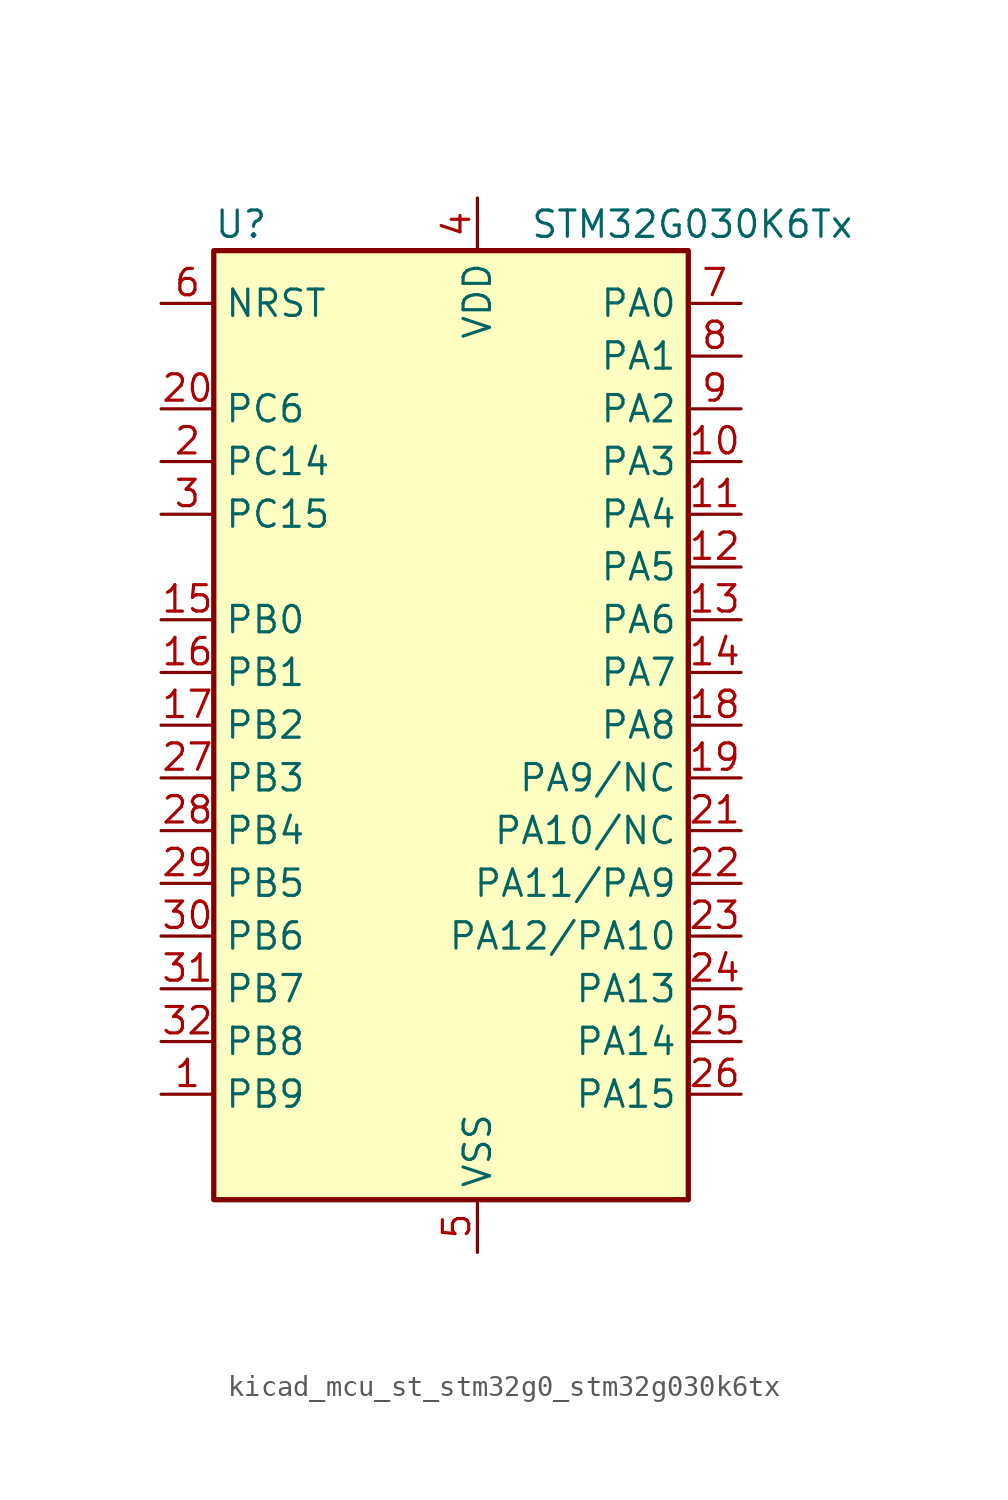
<source format=kicad_sym>
(kicad_symbol_lib
  (version 20220914)
  (generator kicad_symbol_editor)
  (symbol "kicad_mcu_st_stm32g0_stm32g030k6tx"
    (property "Reference" "U"
      (at -10.16 24.13 0)
      (effects (font (size 1.27 1.27)) (justify left)))
    (property "Value" "STM32G030K6Tx"
      (at 5.08 24.13 0)
      (effects (font (size 1.27 1.27)) (justify left)))
    (property "ki_locked" ""
      (at 0 0 0)
      (effects (font (size 1.27 1.27))))
    (symbol "kicad_mcu_st_stm32g0_stm32g030k6tx_0_1"
      (rectangle (start -10.16 -22.86) (end 12.7 22.86) (stroke (width 0.254) (type default)) (fill (type background))))
    (symbol "kicad_mcu_st_stm32g0_stm32g030k6tx_1_1"
      (pin bidirectional line (at -12.7 -17.78 0) (length 2.54) (name "PB9" (effects (font (size 1.27 1.27)))) (number "1" (effects (font (size 1.27 1.27)))) (alternate "I2C1_SDA" bidirectional line) (alternate "IR_OUT" bidirectional line) (alternate "SPI2_NSS" bidirectional line) (alternate "TIM17_CH1" bidirectional line))
      (pin bidirectional line (at 15.24 12.7 180) (length 2.54) (name "PA3" (effects (font (size 1.27 1.27)))) (number "10" (effects (font (size 1.27 1.27)))) (alternate "ADC1_IN3" bidirectional line) (alternate "SPI2_MISO" bidirectional line) (alternate "USART2_RX" bidirectional line))
      (pin bidirectional line (at 15.24 10.16 180) (length 2.54) (name "PA4" (effects (font (size 1.27 1.27)))) (number "11" (effects (font (size 1.27 1.27)))) (alternate "ADC1_IN4" bidirectional line) (alternate "I2S1_WS" bidirectional line) (alternate "RTC_OUT_ALARM" bidirectional line) (alternate "RTC_OUT_CALIB" bidirectional line) (alternate "RTC_TAMP_IN1" bidirectional line) (alternate "RTC_TS" bidirectional line) (alternate "SPI1_NSS" bidirectional line) (alternate "SPI2_MOSI" bidirectional line) (alternate "SYS_WKUP2" bidirectional line) (alternate "TIM14_CH1" bidirectional line))
      (pin bidirectional line (at 15.24 7.62 180) (length 2.54) (name "PA5" (effects (font (size 1.27 1.27)))) (number "12" (effects (font (size 1.27 1.27)))) (alternate "ADC1_IN5" bidirectional line) (alternate "I2S1_CK" bidirectional line) (alternate "SPI1_SCK" bidirectional line))
      (pin bidirectional line (at 15.24 5.08 180) (length 2.54) (name "PA6" (effects (font (size 1.27 1.27)))) (number "13" (effects (font (size 1.27 1.27)))) (alternate "ADC1_IN6" bidirectional line) (alternate "I2S1_MCK" bidirectional line) (alternate "SPI1_MISO" bidirectional line) (alternate "TIM16_CH1" bidirectional line) (alternate "TIM1_BK" bidirectional line) (alternate "TIM3_CH1" bidirectional line))
      (pin bidirectional line (at 15.24 2.54 180) (length 2.54) (name "PA7" (effects (font (size 1.27 1.27)))) (number "14" (effects (font (size 1.27 1.27)))) (alternate "ADC1_IN7" bidirectional line) (alternate "I2S1_SD" bidirectional line) (alternate "SPI1_MOSI" bidirectional line) (alternate "TIM14_CH1" bidirectional line) (alternate "TIM17_CH1" bidirectional line) (alternate "TIM1_CH1N" bidirectional line) (alternate "TIM3_CH2" bidirectional line))
      (pin bidirectional line (at -12.7 5.08 0) (length 2.54) (name "PB0" (effects (font (size 1.27 1.27)))) (number "15" (effects (font (size 1.27 1.27)))) (alternate "ADC1_IN8" bidirectional line) (alternate "I2S1_WS" bidirectional line) (alternate "SPI1_NSS" bidirectional line) (alternate "TIM1_CH2N" bidirectional line) (alternate "TIM3_CH3" bidirectional line))
      (pin bidirectional line (at -12.7 2.54 0) (length 2.54) (name "PB1" (effects (font (size 1.27 1.27)))) (number "16" (effects (font (size 1.27 1.27)))) (alternate "ADC1_IN9" bidirectional line) (alternate "TIM14_CH1" bidirectional line) (alternate "TIM1_CH3N" bidirectional line) (alternate "TIM3_CH4" bidirectional line))
      (pin bidirectional line (at -12.7 0 0) (length 2.54) (name "PB2" (effects (font (size 1.27 1.27)))) (number "17" (effects (font (size 1.27 1.27)))) (alternate "ADC1_IN10" bidirectional line) (alternate "SPI2_MISO" bidirectional line))
      (pin bidirectional line (at 15.24 0 180) (length 2.54) (name "PA8" (effects (font (size 1.27 1.27)))) (number "18" (effects (font (size 1.27 1.27)))) (alternate "RCC_MCO" bidirectional line) (alternate "SPI2_NSS" bidirectional line) (alternate "TIM1_CH1" bidirectional line))
      (pin bidirectional line (at 15.24 -2.54 180) (length 2.54) (name "PA9/NC" (effects (font (size 1.27 1.27)))) (number "19" (effects (font (size 1.27 1.27)))) (alternate "I2C1_SCL" bidirectional line) (alternate "RCC_MCO" bidirectional line) (alternate "SPI2_MISO" bidirectional line) (alternate "TIM1_CH2" bidirectional line) (alternate "USART1_TX" bidirectional line))
      (pin bidirectional line (at -12.7 12.7 0) (length 2.54) (name "PC14" (effects (font (size 1.27 1.27)))) (number "2" (effects (font (size 1.27 1.27)))) (alternate "RCC_OSC32_IN" bidirectional line) (alternate "RCC_OSC_IN" bidirectional line) (alternate "TIM1_BK2" bidirectional line))
      (pin bidirectional line (at -12.7 15.24 0) (length 2.54) (name "PC6" (effects (font (size 1.27 1.27)))) (number "20" (effects (font (size 1.27 1.27)))) (alternate "TIM3_CH1" bidirectional line))
      (pin bidirectional line (at 15.24 -5.08 180) (length 2.54) (name "PA10/NC" (effects (font (size 1.27 1.27)))) (number "21" (effects (font (size 1.27 1.27)))) (alternate "I2C1_SDA" bidirectional line) (alternate "SPI2_MOSI" bidirectional line) (alternate "TIM17_BK" bidirectional line) (alternate "TIM1_CH3" bidirectional line) (alternate "USART1_RX" bidirectional line))
      (pin bidirectional line (at 15.24 -7.62 180) (length 2.54) (name "PA11/PA9" (effects (font (size 1.27 1.27)))) (number "22" (effects (font (size 1.27 1.27)))) (alternate "ADC1_EXTI11" bidirectional line) (alternate "ADC1_IN15" bidirectional line) (alternate "I2C2_SCL" bidirectional line) (alternate "I2S1_MCK" bidirectional line) (alternate "SPI1_MISO" bidirectional line) (alternate "TIM1_BK2" bidirectional line) (alternate "TIM1_CH4" bidirectional line) (alternate "USART1_CTS" bidirectional line) (alternate "USART1_NSS" bidirectional line))
      (pin bidirectional line (at 15.24 -10.16 180) (length 2.54) (name "PA12/PA10" (effects (font (size 1.27 1.27)))) (number "23" (effects (font (size 1.27 1.27)))) (alternate "ADC1_IN16" bidirectional line) (alternate "I2C2_SDA" bidirectional line) (alternate "I2S1_SD" bidirectional line) (alternate "I2S_CKIN" bidirectional line) (alternate "SPI1_MOSI" bidirectional line) (alternate "TIM1_ETR" bidirectional line) (alternate "USART1_CK" bidirectional line) (alternate "USART1_DE" bidirectional line) (alternate "USART1_RTS" bidirectional line))
      (pin bidirectional line (at 15.24 -12.7 180) (length 2.54) (name "PA13" (effects (font (size 1.27 1.27)))) (number "24" (effects (font (size 1.27 1.27)))) (alternate "ADC1_IN17" bidirectional line) (alternate "IR_OUT" bidirectional line) (alternate "SYS_SWDIO" bidirectional line))
      (pin bidirectional line (at 15.24 -15.24 180) (length 2.54) (name "PA14" (effects (font (size 1.27 1.27)))) (number "25" (effects (font (size 1.27 1.27)))) (alternate "ADC1_IN18" bidirectional line) (alternate "SYS_SWCLK" bidirectional line) (alternate "USART2_TX" bidirectional line))
      (pin bidirectional line (at 15.24 -17.78 180) (length 2.54) (name "PA15" (effects (font (size 1.27 1.27)))) (number "26" (effects (font (size 1.27 1.27)))) (alternate "I2S1_WS" bidirectional line) (alternate "SPI1_NSS" bidirectional line) (alternate "USART2_RX" bidirectional line))
      (pin bidirectional line (at -12.7 -2.54 0) (length 2.54) (name "PB3" (effects (font (size 1.27 1.27)))) (number "27" (effects (font (size 1.27 1.27)))) (alternate "I2S1_CK" bidirectional line) (alternate "SPI1_SCK" bidirectional line) (alternate "TIM1_CH2" bidirectional line) (alternate "USART1_CK" bidirectional line) (alternate "USART1_DE" bidirectional line) (alternate "USART1_RTS" bidirectional line))
      (pin bidirectional line (at -12.7 -5.08 0) (length 2.54) (name "PB4" (effects (font (size 1.27 1.27)))) (number "28" (effects (font (size 1.27 1.27)))) (alternate "I2S1_MCK" bidirectional line) (alternate "SPI1_MISO" bidirectional line) (alternate "TIM17_BK" bidirectional line) (alternate "TIM3_CH1" bidirectional line) (alternate "USART1_CTS" bidirectional line) (alternate "USART1_NSS" bidirectional line))
      (pin bidirectional line (at -12.7 -7.62 0) (length 2.54) (name "PB5" (effects (font (size 1.27 1.27)))) (number "29" (effects (font (size 1.27 1.27)))) (alternate "I2C1_SMBA" bidirectional line) (alternate "I2S1_SD" bidirectional line) (alternate "SPI1_MOSI" bidirectional line) (alternate "SYS_WKUP6" bidirectional line) (alternate "TIM16_BK" bidirectional line) (alternate "TIM3_CH2" bidirectional line))
      (pin bidirectional line (at -12.7 10.16 0) (length 2.54) (name "PC15" (effects (font (size 1.27 1.27)))) (number "3" (effects (font (size 1.27 1.27)))) (alternate "RCC_OSC32_EN" bidirectional line) (alternate "RCC_OSC32_OUT" bidirectional line) (alternate "RCC_OSC_EN" bidirectional line))
      (pin bidirectional line (at -12.7 -10.16 0) (length 2.54) (name "PB6" (effects (font (size 1.27 1.27)))) (number "30" (effects (font (size 1.27 1.27)))) (alternate "I2C1_SCL" bidirectional line) (alternate "SPI2_MISO" bidirectional line) (alternate "TIM16_CH1N" bidirectional line) (alternate "TIM1_CH3" bidirectional line) (alternate "USART1_TX" bidirectional line))
      (pin bidirectional line (at -12.7 -12.7 0) (length 2.54) (name "PB7" (effects (font (size 1.27 1.27)))) (number "31" (effects (font (size 1.27 1.27)))) (alternate "ADC1_IN11" bidirectional line) (alternate "I2C1_SDA" bidirectional line) (alternate "SPI2_MOSI" bidirectional line) (alternate "SYS_PVD_IN" bidirectional line) (alternate "TIM17_CH1N" bidirectional line) (alternate "USART1_RX" bidirectional line))
      (pin bidirectional line (at -12.7 -15.24 0) (length 2.54) (name "PB8" (effects (font (size 1.27 1.27)))) (number "32" (effects (font (size 1.27 1.27)))) (alternate "I2C1_SCL" bidirectional line) (alternate "SPI2_SCK" bidirectional line) (alternate "TIM16_CH1" bidirectional line))
      (pin power_in line (at 2.54 25.4 270) (length 2.54) (name "VDD" (effects (font (size 1.27 1.27)))) (number "4" (effects (font (size 1.27 1.27)))))
      (pin power_in line (at 2.54 -25.4 90) (length 2.54) (name "VSS" (effects (font (size 1.27 1.27)))) (number "5" (effects (font (size 1.27 1.27)))))
      (pin input line (at -12.7 20.32 0) (length 2.54) (name "NRST" (effects (font (size 1.27 1.27)))) (number "6" (effects (font (size 1.27 1.27)))))
      (pin bidirectional line (at 15.24 20.32 180) (length 2.54) (name "PA0" (effects (font (size 1.27 1.27)))) (number "7" (effects (font (size 1.27 1.27)))) (alternate "ADC1_IN0" bidirectional line) (alternate "RTC_TAMP_IN2" bidirectional line) (alternate "SPI2_SCK" bidirectional line) (alternate "SYS_WKUP1" bidirectional line) (alternate "USART2_CTS" bidirectional line) (alternate "USART2_NSS" bidirectional line))
      (pin bidirectional line (at 15.24 17.78 180) (length 2.54) (name "PA1" (effects (font (size 1.27 1.27)))) (number "8" (effects (font (size 1.27 1.27)))) (alternate "ADC1_IN1" bidirectional line) (alternate "I2C1_SMBA" bidirectional line) (alternate "I2S1_CK" bidirectional line) (alternate "SPI1_SCK" bidirectional line) (alternate "USART2_CK" bidirectional line) (alternate "USART2_DE" bidirectional line) (alternate "USART2_RTS" bidirectional line))
      (pin bidirectional line (at 15.24 15.24 180) (length 2.54) (name "PA2" (effects (font (size 1.27 1.27)))) (number "9" (effects (font (size 1.27 1.27)))) (alternate "ADC1_IN2" bidirectional line) (alternate "I2S1_SD" bidirectional line) (alternate "RCC_LSCO" bidirectional line) (alternate "SPI1_MOSI" bidirectional line) (alternate "SYS_WKUP4" bidirectional line) (alternate "USART2_TX" bidirectional line)))))
</source>
